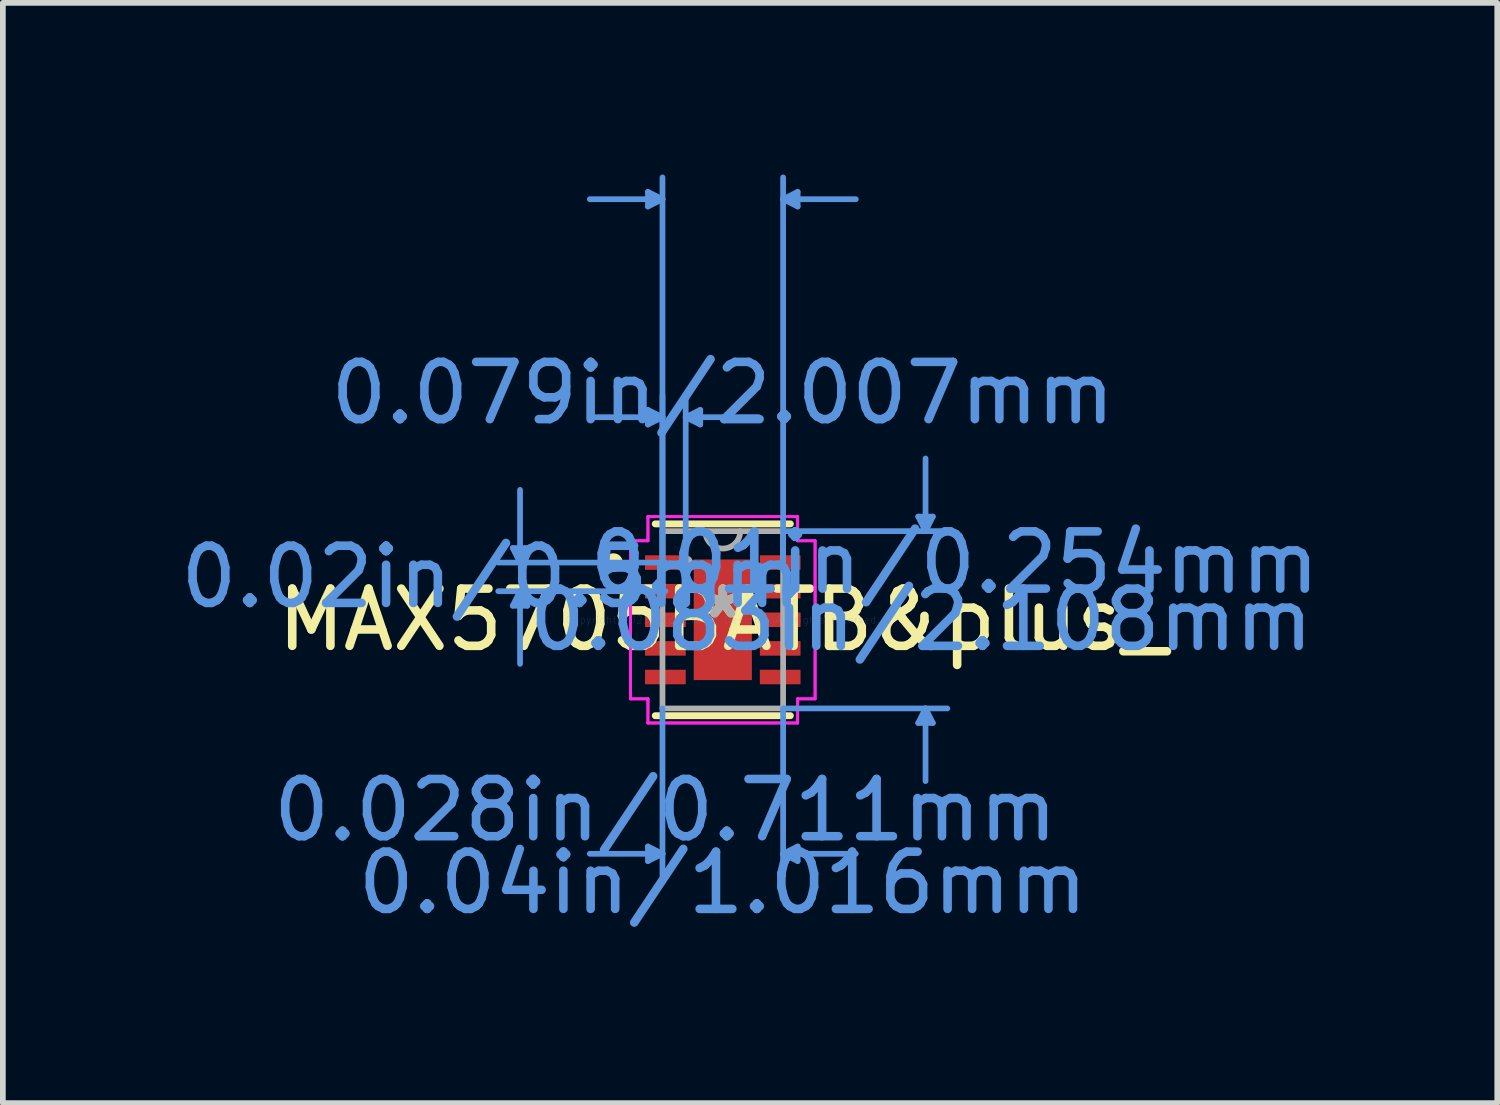
<source format=kicad_pcb>
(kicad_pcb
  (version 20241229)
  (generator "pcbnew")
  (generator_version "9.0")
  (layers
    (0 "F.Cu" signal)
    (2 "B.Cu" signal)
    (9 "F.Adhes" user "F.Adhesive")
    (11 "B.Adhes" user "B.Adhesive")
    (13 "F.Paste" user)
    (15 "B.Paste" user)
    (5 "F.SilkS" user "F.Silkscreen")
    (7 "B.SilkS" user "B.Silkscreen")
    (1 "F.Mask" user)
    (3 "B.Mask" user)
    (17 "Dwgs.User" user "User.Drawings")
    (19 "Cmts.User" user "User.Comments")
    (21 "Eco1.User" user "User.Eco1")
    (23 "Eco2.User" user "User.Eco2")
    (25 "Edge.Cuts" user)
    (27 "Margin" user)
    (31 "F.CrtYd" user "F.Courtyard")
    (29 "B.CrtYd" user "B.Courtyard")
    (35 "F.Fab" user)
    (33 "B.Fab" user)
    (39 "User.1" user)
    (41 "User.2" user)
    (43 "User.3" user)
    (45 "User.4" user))
  (footprint "MAX5705BATB&plus_"
    (layer "F.Cu")
    (at 9.581 7.781)
    (property "Reference" "MAX5705BATB&plus_" (at 0 0 0) (layer "F.SilkS") (effects (font (size 1 1) (thickness 0.15))))
    (attr through_hole)
    (fp_line (start -1.181 1.676) (end 1.181 1.676) (stroke (width 0.12) (type solid)) (layer "F.SilkS"))
    (fp_line (start 1.181 -1.676) (end -1.181 -1.676) (stroke (width 0.12) (type solid)) (layer "F.SilkS"))
    (fp_circle (center -1.91 -1) (end -1.808 -1) (stroke (width 0.12) (type solid)) (fill no) (layer "F.SilkS"))
    (fp_line (start -3.67 -1.254) (end -3.416 -1.254) (stroke (width 0.1) (type solid)) (layer "Cmts.User"))
    (fp_line (start -3.67 -0.246) (end -3.416 -0.246) (stroke (width 0.1) (type solid)) (layer "Cmts.User"))
    (fp_line (start -3.543 -1) (end -3.67 -1.254) (stroke (width 0.1) (type solid)) (layer "Cmts.User"))
    (fp_line (start -3.543 -1) (end -3.543 -2.27) (stroke (width 0.1) (type solid)) (layer "Cmts.User"))
    (fp_line (start -3.543 -1) (end -3.416 -1.254) (stroke (width 0.1) (type solid)) (layer "Cmts.User"))
    (fp_line (start -3.543 -0.5) (end -3.67 -0.246) (stroke (width 0.1) (type solid)) (layer "Cmts.User"))
    (fp_line (start -3.543 -0.5) (end -3.543 0.77) (stroke (width 0.1) (type solid)) (layer "Cmts.User"))
    (fp_line (start -3.543 -0.5) (end -3.416 -0.246) (stroke (width 0.1) (type solid)) (layer "Cmts.User"))
    (fp_line (start -1.308 -7.477) (end -1.308 -7.223) (stroke (width 0.1) (type solid)) (layer "Cmts.User"))
    (fp_line (start -1.308 -3.667) (end -1.308 -3.413) (stroke (width 0.1) (type solid)) (layer "Cmts.User"))
    (fp_line (start -1.308 3.962) (end -1.308 4.216) (stroke (width 0.1) (type solid)) (layer "Cmts.User"))
    (fp_line (start -1.054 -7.35) (end -2.324 -7.35) (stroke (width 0.1) (type solid)) (layer "Cmts.User"))
    (fp_line (start -1.054 -7.35) (end -1.308 -7.477) (stroke (width 0.1) (type solid)) (layer "Cmts.User"))
    (fp_line (start -1.054 -7.35) (end -1.308 -7.223) (stroke (width 0.1) (type solid)) (layer "Cmts.User"))
    (fp_line (start -1.054 -3.54) (end -2.324 -3.54) (stroke (width 0.1) (type solid)) (layer "Cmts.User"))
    (fp_line (start -1.054 -3.54) (end -1.308 -3.667) (stroke (width 0.1) (type solid)) (layer "Cmts.User"))
    (fp_line (start -1.054 -3.54) (end -1.308 -3.413) (stroke (width 0.1) (type solid)) (layer "Cmts.User"))
    (fp_line (start -1.054 -1) (end -1.054 -7.731) (stroke (width 0.1) (type solid)) (layer "Cmts.User"))
    (fp_line (start -1.054 -1) (end -1.054 -3.921) (stroke (width 0.1) (type solid)) (layer "Cmts.User"))
    (fp_line (start -1.054 1.549) (end -1.054 4.47) (stroke (width 0.1) (type solid)) (layer "Cmts.User"))
    (fp_line (start -1.054 4.089) (end -2.324 4.089) (stroke (width 0.1) (type solid)) (layer "Cmts.User"))
    (fp_line (start -1.054 4.089) (end -1.308 3.962) (stroke (width 0.1) (type solid)) (layer "Cmts.User"))
    (fp_line (start -1.054 4.089) (end -1.308 4.216) (stroke (width 0.1) (type solid)) (layer "Cmts.User"))
    (fp_line (start -1.003 -1) (end -3.924 -1) (stroke (width 0.1) (type solid)) (layer "Cmts.User"))
    (fp_line (start -1.003 -0.5) (end -3.924 -0.5) (stroke (width 0.1) (type solid)) (layer "Cmts.User"))
    (fp_line (start -0.648 -3.54) (end -0.394 -3.667) (stroke (width 0.1) (type solid)) (layer "Cmts.User"))
    (fp_line (start -0.648 -3.54) (end -0.394 -3.413) (stroke (width 0.1) (type solid)) (layer "Cmts.User"))
    (fp_line (start -0.648 -3.54) (end 0.622 -3.54) (stroke (width 0.1) (type solid)) (layer "Cmts.User"))
    (fp_line (start -0.648 -1) (end -0.648 -3.921) (stroke (width 0.1) (type solid)) (layer "Cmts.User"))
    (fp_line (start -0.394 -3.667) (end -0.394 -3.413) (stroke (width 0.1) (type solid)) (layer "Cmts.User"))
    (fp_line (start 1.054 -7.35) (end 1.308 -7.477) (stroke (width 0.1) (type solid)) (layer "Cmts.User"))
    (fp_line (start 1.054 -7.35) (end 1.308 -7.223) (stroke (width 0.1) (type solid)) (layer "Cmts.User"))
    (fp_line (start 1.054 -7.35) (end 2.324 -7.35) (stroke (width 0.1) (type solid)) (layer "Cmts.User"))
    (fp_line (start 1.054 -1.549) (end 3.924 -1.549) (stroke (width 0.1) (type solid)) (layer "Cmts.User"))
    (fp_line (start 1.054 -1) (end 1.054 -7.731) (stroke (width 0.1) (type solid)) (layer "Cmts.User"))
    (fp_line (start 1.054 1.549) (end 1.054 4.47) (stroke (width 0.1) (type solid)) (layer "Cmts.User"))
    (fp_line (start 1.054 1.549) (end 3.924 1.549) (stroke (width 0.1) (type solid)) (layer "Cmts.User"))
    (fp_line (start 1.054 4.089) (end 1.308 3.962) (stroke (width 0.1) (type solid)) (layer "Cmts.User"))
    (fp_line (start 1.054 4.089) (end 1.308 4.216) (stroke (width 0.1) (type solid)) (layer "Cmts.User"))
    (fp_line (start 1.054 4.089) (end 2.324 4.089) (stroke (width 0.1) (type solid)) (layer "Cmts.User"))
    (fp_line (start 1.308 -7.477) (end 1.308 -7.223) (stroke (width 0.1) (type solid)) (layer "Cmts.User"))
    (fp_line (start 1.308 3.962) (end 1.308 4.216) (stroke (width 0.1) (type solid)) (layer "Cmts.User"))
    (fp_line (start 3.416 -1.803) (end 3.67 -1.803) (stroke (width 0.1) (type solid)) (layer "Cmts.User"))
    (fp_line (start 3.416 1.803) (end 3.67 1.803) (stroke (width 0.1) (type solid)) (layer "Cmts.User"))
    (fp_line (start 3.543 -1.549) (end 3.416 -1.803) (stroke (width 0.1) (type solid)) (layer "Cmts.User"))
    (fp_line (start 3.543 -1.549) (end 3.543 -2.819) (stroke (width 0.1) (type solid)) (layer "Cmts.User"))
    (fp_line (start 3.543 -1.549) (end 3.67 -1.803) (stroke (width 0.1) (type solid)) (layer "Cmts.User"))
    (fp_line (start 3.543 1.549) (end 3.416 1.803) (stroke (width 0.1) (type solid)) (layer "Cmts.User"))
    (fp_line (start 3.543 1.549) (end 3.543 2.819) (stroke (width 0.1) (type solid)) (layer "Cmts.User"))
    (fp_line (start 3.543 1.549) (end 3.67 1.803) (stroke (width 0.1) (type solid)) (layer "Cmts.User"))
    (fp_line (start -1.613 -1.381) (end -1.308 -1.381) (stroke (width 0.05) (type solid)) (layer "F.CrtYd"))
    (fp_line (start -1.613 -1.381) (end -1.308 -1.381) (stroke (width 0.05) (type solid)) (layer "F.CrtYd"))
    (fp_line (start -1.613 1.381) (end -1.613 -1.381) (stroke (width 0.05) (type solid)) (layer "F.CrtYd"))
    (fp_line (start -1.613 1.381) (end -1.613 -1.381) (stroke (width 0.05) (type solid)) (layer "F.CrtYd"))
    (fp_line (start -1.613 1.381) (end -1.308 1.381) (stroke (width 0.05) (type solid)) (layer "F.CrtYd"))
    (fp_line (start -1.308 -1.803) (end 1.308 -1.803) (stroke (width 0.05) (type solid)) (layer "F.CrtYd"))
    (fp_line (start -1.308 -1.803) (end 1.308 -1.803) (stroke (width 0.05) (type solid)) (layer "F.CrtYd"))
    (fp_line (start -1.308 -1.381) (end -1.308 -1.803) (stroke (width 0.05) (type solid)) (layer "F.CrtYd"))
    (fp_line (start -1.308 -1.381) (end -1.308 -1.803) (stroke (width 0.05) (type solid)) (layer "F.CrtYd"))
    (fp_line (start -1.308 1.381) (end -1.613 1.381) (stroke (width 0.05) (type solid)) (layer "F.CrtYd"))
    (fp_line (start -1.308 1.803) (end -1.308 1.381) (stroke (width 0.05) (type solid)) (layer "F.CrtYd"))
    (fp_line (start -1.308 1.803) (end -1.308 1.381) (stroke (width 0.05) (type solid)) (layer "F.CrtYd"))
    (fp_line (start 1.308 -1.803) (end 1.308 -1.381) (stroke (width 0.05) (type solid)) (layer "F.CrtYd"))
    (fp_line (start 1.308 -1.803) (end 1.308 -1.381) (stroke (width 0.05) (type solid)) (layer "F.CrtYd"))
    (fp_line (start 1.308 -1.381) (end 1.613 -1.381) (stroke (width 0.05) (type solid)) (layer "F.CrtYd"))
    (fp_line (start 1.308 1.381) (end 1.308 1.803) (stroke (width 0.05) (type solid)) (layer "F.CrtYd"))
    (fp_line (start 1.308 1.381) (end 1.308 1.803) (stroke (width 0.05) (type solid)) (layer "F.CrtYd"))
    (fp_line (start 1.308 1.803) (end -1.308 1.803) (stroke (width 0.05) (type solid)) (layer "F.CrtYd"))
    (fp_line (start 1.308 1.803) (end -1.308 1.803) (stroke (width 0.05) (type solid)) (layer "F.CrtYd"))
    (fp_line (start 1.613 -1.381) (end 1.308 -1.381) (stroke (width 0.05) (type solid)) (layer "F.CrtYd"))
    (fp_line (start 1.613 -1.381) (end 1.613 1.381) (stroke (width 0.05) (type solid)) (layer "F.CrtYd"))
    (fp_line (start 1.613 -1.381) (end 1.613 1.381) (stroke (width 0.05) (type solid)) (layer "F.CrtYd"))
    (fp_line (start 1.613 1.381) (end 1.308 1.381) (stroke (width 0.05) (type solid)) (layer "F.CrtYd"))
    (fp_line (start 1.613 1.381) (end 1.308 1.381) (stroke (width 0.05) (type solid)) (layer "F.CrtYd"))
    (fp_line (start -1.054 -1.549) (end -1.054 1.549) (stroke (width 0.1) (type solid)) (layer "F.Fab"))
    (fp_line (start -1.054 1.549) (end 1.054 1.549) (stroke (width 0.1) (type solid)) (layer "F.Fab"))
    (fp_line (start 1.054 -1.549) (end -1.054 -1.549) (stroke (width 0.1) (type solid)) (layer "F.Fab"))
    (fp_line (start 1.054 1.549) (end 1.054 -1.549) (stroke (width 0.1) (type solid)) (layer "F.Fab"))
    (fp_arc (start 0.3048 -1.5494) (mid 0 -1.2446) (end -0.3048 -1.5494) (stroke (width 0.1) (type solid)) (layer "F.Fab"))
    (fp_circle (center -0.648 -1) (end -0.572 -1) (stroke (width 0.1) (type solid)) (fill no) (layer "F.Fab"))
    (fp_text user "*" (at 0 0 0) (layer "F.SilkS") (effects (font (size 1 1) (thickness 0.15))))
    (fp_text user "Copyright 2021 Accelerated Designs. All rights reserved." (at 0 0 0) (layer "Cmts.User") (effects (font (size 0.127 0.127) (thickness 0.002))))
    (fp_text user "0.02in/0.5mm" (at -4.051 -0.75 0) (layer "Cmts.User") (effects (font (size 1 1) (thickness 0.15))))
    (fp_text user "0.04in/1.016mm" (at 0 4.597 0) (layer "Cmts.User") (effects (font (size 1 1) (thickness 0.15))))
    (fp_text user "0.079in/2.007mm" (at 0 -3.962 0) (layer "Cmts.User") (effects (font (size 1 1) (thickness 0.15))))
    (fp_text user "0.028in/0.711mm" (at -1.003 3.327 0) (layer "Cmts.User") (effects (font (size 1 1) (thickness 0.15))))
    (fp_text user "0.01in/0.254mm" (at 4.051 -1 0) (layer "Cmts.User") (effects (font (size 1 1) (thickness 0.15))))
    (fp_text user "0.083in/2.108mm" (at 3.467 0 0) (layer "Cmts.User") (effects (font (size 1 1) (thickness 0.15))))
    (fp_text user "*" (at 0 0 0) (layer "F.Fab") (effects (font (size 1 1) (thickness 0.15))))
    (pad "1" smd rect (at -1.003 -1) (size 0.711 0.254) (layers "F.Cu" "F.Mask" "F.Paste"))
    (pad "2" smd rect (at -1.003 -0.5) (size 0.711 0.254) (layers "F.Cu" "F.Mask" "F.Paste"))
    (pad "3" smd rect (at -1.003 0) (size 0.711 0.254) (layers "F.Cu" "F.Mask" "F.Paste"))
    (pad "4" smd rect (at -1.003 0.5) (size 0.711 0.254) (layers "F.Cu" "F.Mask" "F.Paste"))
    (pad "5" smd rect (at -1.003 1) (size 0.711 0.254) (layers "F.Cu" "F.Mask" "F.Paste"))
    (pad "6" smd rect (at 1.003 1) (size 0.711 0.254) (layers "F.Cu" "F.Mask" "F.Paste"))
    (pad "7" smd rect (at 1.003 0.5) (size 0.711 0.254) (layers "F.Cu" "F.Mask" "F.Paste"))
    (pad "8" smd rect (at 1.003 0) (size 0.711 0.254) (layers "F.Cu" "F.Mask" "F.Paste"))
    (pad "9" smd rect (at 1.003 -0.5) (size 0.711 0.254) (layers "F.Cu" "F.Mask" "F.Paste"))
    (pad "10" smd rect (at 1.003 -1) (size 0.711 0.254) (layers "F.Cu" "F.Mask" "F.Paste"))
    (pad "11" smd rect (at 0 0) (size 1.016 2.108) (layers "F.Cu" "F.Mask" "F.Paste")))
  (gr_rect
    (start -3 -3)
    (end 23.115 16.227)
    (stroke (width 0.1) (type default))
    (fill no)
    (layer "Edge.Cuts")))
</source>
